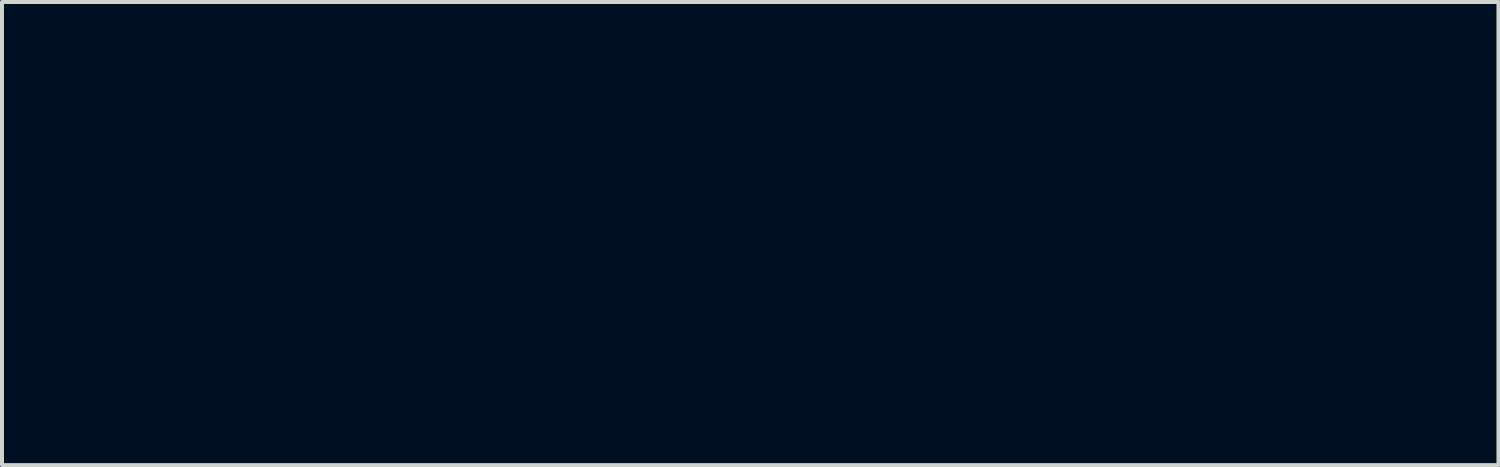
<source format=kicad_pcb>
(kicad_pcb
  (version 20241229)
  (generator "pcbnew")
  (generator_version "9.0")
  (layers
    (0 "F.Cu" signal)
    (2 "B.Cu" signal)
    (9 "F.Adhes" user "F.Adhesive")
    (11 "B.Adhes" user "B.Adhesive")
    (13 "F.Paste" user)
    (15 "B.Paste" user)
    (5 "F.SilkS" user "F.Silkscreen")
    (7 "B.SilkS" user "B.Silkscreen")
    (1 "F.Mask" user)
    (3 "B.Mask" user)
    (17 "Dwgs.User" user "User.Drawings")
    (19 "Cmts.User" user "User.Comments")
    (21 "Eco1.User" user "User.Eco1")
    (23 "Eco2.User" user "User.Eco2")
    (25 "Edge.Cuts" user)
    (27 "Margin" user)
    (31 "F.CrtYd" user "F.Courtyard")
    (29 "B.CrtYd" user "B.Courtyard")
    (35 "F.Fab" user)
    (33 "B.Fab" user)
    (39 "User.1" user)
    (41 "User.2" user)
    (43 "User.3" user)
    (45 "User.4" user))
  (footprint "KiCad_SolderMask_Negative"
    (layer "F.Cu")
    (at 15.764 3.048)
    (property "Reference" "KiCad_SolderMask_Negative" (at 0 0 0) (layer "User.1") (effects (font (size 1.5 1.5) (thickness 0.3))))
    (attr board_only exclude_from_pos_files exclude_from_bom)
    (fp_poly (pts (xy -2.657 -2.982) (xy -2.415 -2.784) (xy -2.375 -2.698) (xy -2.369 -2.353) (xy -2.538 -2.083) (xy -2.812 -1.935) (xy -3.122 -1.954) (xy -3.31 -2.078) (xy -3.449 -2.373) (xy -3.422 -2.719) (xy -3.273 -2.949) (xy -2.983 -3.048)) (stroke (width 0) (type solid)) (fill yes) (layer "F.Mask"))
    (fp_poly (pts (xy -2.437 0.688) (xy -2.431 1.293) (xy -2.413 1.816) (xy -2.387 2.196) (xy -2.36 2.363) (xy -2.355 2.486) (xy -2.497 2.547) (xy -2.836 2.565) (xy -2.905 2.566) (xy -3.528 2.566) (xy -3.504 0.93) (xy -3.481 -0.706) (xy -2.959 -0.745) (xy -2.437 -0.784)) (stroke (width 0) (type solid)) (fill yes) (layer "F.Mask"))
    (fp_poly (pts (xy -6.901 -1.924) (xy -6.298 -1.924) (xy -6.26 -1.122) (xy -6.222 -0.321) (xy -5.709 -1.115) (xy -5.195 -1.91) (xy -4.522 -1.917) (xy -4.079 -1.897) (xy -3.877 -1.819) (xy -3.905 -1.673) (xy -4.045 -1.536) (xy -4.216 -1.361) (xy -4.491 -1.045) (xy -4.816 -0.65) (xy -4.887 -0.562) (xy -5.532 0.249) (xy -4.8 1.247) (xy -4.47 1.696) (xy -4.189 2.077) (xy -3.996 2.336) (xy -3.943 2.405) (xy -3.928 2.496) (xy -4.085 2.546) (xy -4.45 2.565) (xy -4.602 2.566) (xy -5.074 2.547) (xy -5.325 2.487) (xy -5.388 2.396) (xy -5.459 2.207) (xy -5.643 1.891) (xy -5.845 1.594) (xy -6.302 0.962) (xy -6.262 1.764) (xy -6.222 2.566) (xy -6.863 2.566) (xy -7.505 2.565) (xy -7.505 0.321) (xy -7.505 -1.924)) (stroke (width 0) (type solid)) (fill yes) (layer "F.Mask"))
    (fp_poly (pts (xy -2.657 -2.982) (xy -2.415 -2.784) (xy -2.375 -2.698) (xy -2.369 -2.353) (xy -2.538 -2.083) (xy -2.812 -1.935) (xy -3.122 -1.954) (xy -3.31 -2.078) (xy -3.449 -2.373) (xy -3.422 -2.719) (xy -3.273 -2.949) (xy -2.983 -3.048)) (stroke (width 0) (type solid)) (fill yes) (layer "B.Mask"))
    (fp_poly (pts (xy -2.437 0.688) (xy -2.431 1.293) (xy -2.413 1.816) (xy -2.387 2.196) (xy -2.36 2.363) (xy -2.355 2.486) (xy -2.497 2.547) (xy -2.836 2.565) (xy -2.905 2.566) (xy -3.528 2.566) (xy -3.504 0.93) (xy -3.481 -0.706) (xy -2.959 -0.745) (xy -2.437 -0.784)) (stroke (width 0) (type solid)) (fill yes) (layer "B.Mask"))
    (fp_poly (pts (xy -6.901 -1.924) (xy -6.298 -1.924) (xy -6.26 -1.122) (xy -6.222 -0.321) (xy -5.709 -1.115) (xy -5.195 -1.91) (xy -4.522 -1.917) (xy -4.079 -1.897) (xy -3.877 -1.819) (xy -3.905 -1.673) (xy -4.045 -1.536) (xy -4.216 -1.361) (xy -4.491 -1.045) (xy -4.816 -0.65) (xy -4.887 -0.562) (xy -5.532 0.249) (xy -4.8 1.247) (xy -4.47 1.696) (xy -4.189 2.077) (xy -3.996 2.336) (xy -3.943 2.405) (xy -3.928 2.496) (xy -4.085 2.546) (xy -4.45 2.565) (xy -4.602 2.566) (xy -5.074 2.547) (xy -5.325 2.487) (xy -5.388 2.396) (xy -5.459 2.207) (xy -5.643 1.891) (xy -5.845 1.594) (xy -6.302 0.962) (xy -6.262 1.764) (xy -6.222 2.566) (xy -6.863 2.566) (xy -7.505 2.565) (xy -7.505 0.321) (xy -7.505 -1.924)) (stroke (width 0) (type solid)) (fill yes) (layer "B.Mask"))
    (zone (net_name "") (layers "F.Cu" "F.Mask" "B.Cu" "B.Mask" "F.SilkS" "B.SilkS" "F.Adhes" "B.Adhes" "F.Paste" "B.Paste" "Dwgs.User" "Cmts.User" "Eco1.User" "Eco2.User" "Edge.Cuts" "Margin" "B.CrtYd" "F.CrtYd") (hatch edge 0.5) (connect_pads) (min_thickness 0.25) (filled_areas_thickness no) (keepout (tracks not_allowed) (vias not_allowed) (pads not_allowed) (copperpour not_allowed) (footprints not_allowed)) (placement (enabled no)) (fill) (polygon (pts (xy 8.863 1.124) (xy 9.466 1.124) (xy 9.504 1.926) (xy 9.543 2.727) (xy 10.056 1.933) (xy 10.569 1.138) (xy 11.242 1.131) (xy 11.685 1.151) (xy 11.887 1.23) (xy 11.859 1.375) (xy 11.719 1.512) (xy 11.548 1.687) (xy 11.273 2.003) (xy 10.948 2.398) (xy 10.877 2.486) (xy 10.232 3.297) (xy 10.964 4.295) (xy 11.294 4.744) (xy 11.576 5.125) (xy 11.768 5.384) (xy 11.821 5.453) (xy 11.837 5.544) (xy 11.68 5.594) (xy 11.314 5.613) (xy 11.162 5.614) (xy 10.69 5.595) (xy 10.44 5.535) (xy 10.376 5.444) (xy 10.305 5.255) (xy 10.121 4.939) (xy 9.919 4.642) (xy 9.463 4.01) (xy 9.503 4.812) (xy 9.543 5.614) (xy 8.901 5.614) (xy 8.26 5.614) (xy 8.26 3.369) (xy 8.26 1.124))))
    (zone (net_name "") (layers "F.Cu" "F.Mask" "B.Cu" "B.Mask" "F.SilkS" "B.SilkS" "F.Adhes" "B.Adhes" "F.Paste" "B.Paste") (hatch edge 0.5) (connect_pads) (min_thickness 0.25) (filled_areas_thickness no) (keepout (tracks not_allowed) (vias not_allowed) (pads not_allowed) (copperpour not_allowed) (footprints not_allowed)) (placement (enabled no)) (fill) (polygon (pts (xy 13.107 0.066) (xy 13.349 0.264) (xy 13.39 0.35) (xy 13.396 0.695) (xy 13.227 0.965) (xy 12.952 1.114) (xy 12.643 1.095) (xy 12.455 0.97) (xy 12.316 0.675) (xy 12.342 0.33) (xy 12.491 0.099) (xy 12.781 0))))
    (zone (net_name "") (layers "F.Cu" "F.Mask" "B.Cu" "B.Mask" "F.SilkS" "B.SilkS" "F.Adhes" "B.Adhes" "F.Paste" "B.Paste") (hatch edge 0.5) (connect_pads) (min_thickness 0.25) (filled_areas_thickness no) (keepout (tracks not_allowed) (vias not_allowed) (pads not_allowed) (copperpour not_allowed) (footprints not_allowed)) (placement (enabled no)) (fill) (polygon (pts (xy 13.327 3.736) (xy 13.333 4.341) (xy 13.351 4.864) (xy 13.377 5.244) (xy 13.405 5.411) (xy 13.41 5.534) (xy 13.268 5.595) (xy 12.928 5.614) (xy 12.86 5.614) (xy 12.237 5.614) (xy 12.26 3.978) (xy 12.283 2.343) (xy 12.805 2.303) (xy 13.327 2.264)))))
  (gr_rect
    (start -3 -3)
    (end 34.529 8.614)
    (stroke (width 0.1) (type default))
    (fill no)
    (layer "Edge.Cuts")))
</source>
